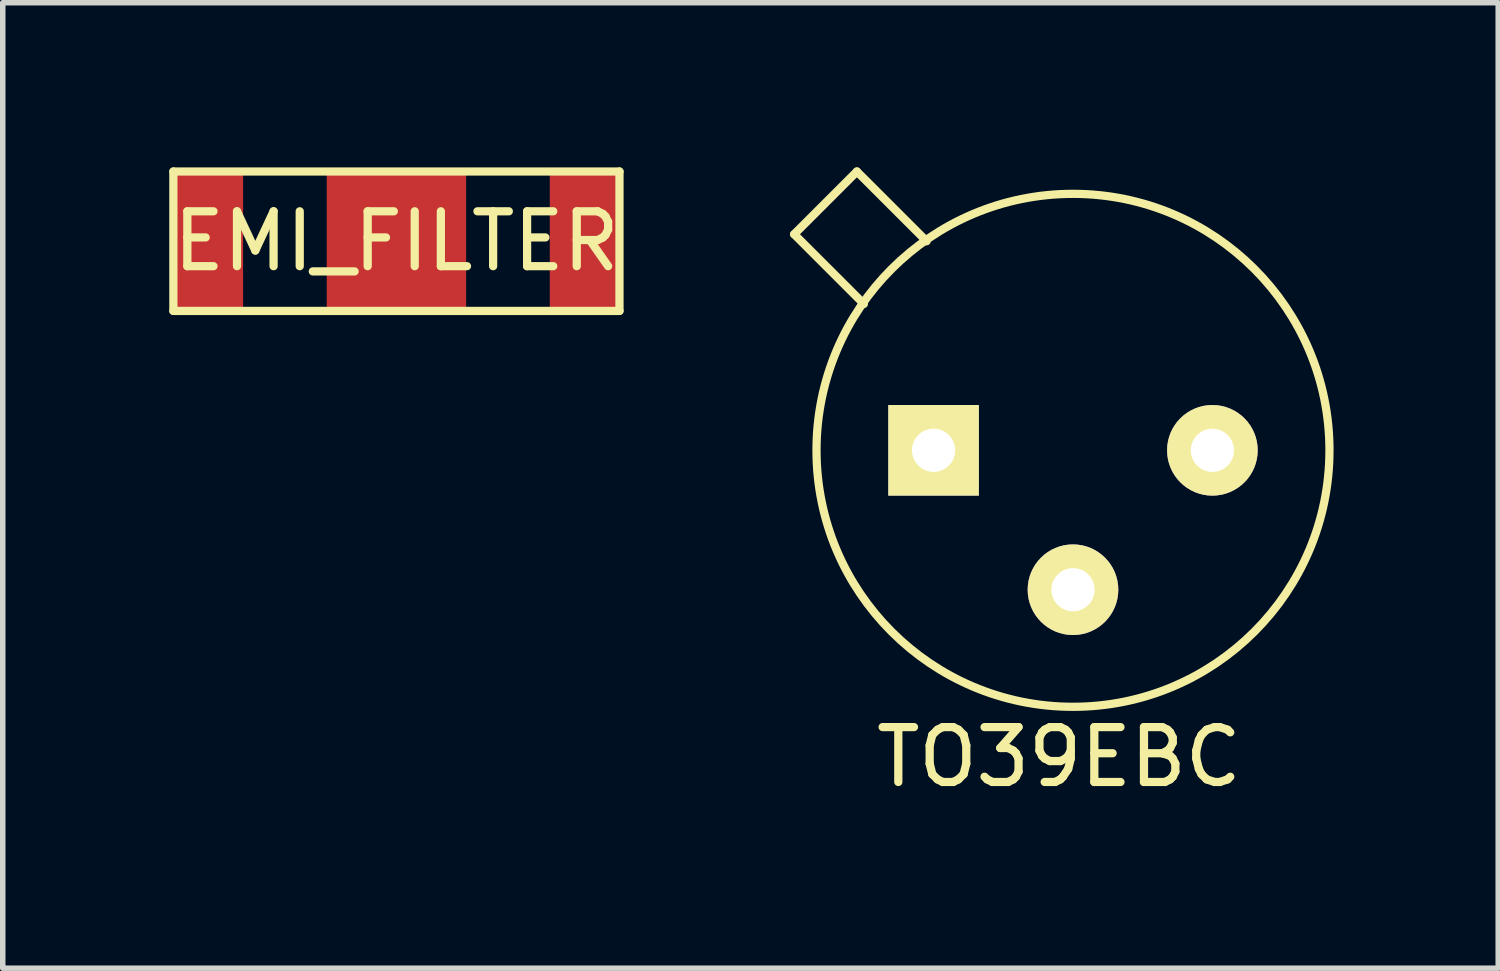
<source format=kicad_pcb>
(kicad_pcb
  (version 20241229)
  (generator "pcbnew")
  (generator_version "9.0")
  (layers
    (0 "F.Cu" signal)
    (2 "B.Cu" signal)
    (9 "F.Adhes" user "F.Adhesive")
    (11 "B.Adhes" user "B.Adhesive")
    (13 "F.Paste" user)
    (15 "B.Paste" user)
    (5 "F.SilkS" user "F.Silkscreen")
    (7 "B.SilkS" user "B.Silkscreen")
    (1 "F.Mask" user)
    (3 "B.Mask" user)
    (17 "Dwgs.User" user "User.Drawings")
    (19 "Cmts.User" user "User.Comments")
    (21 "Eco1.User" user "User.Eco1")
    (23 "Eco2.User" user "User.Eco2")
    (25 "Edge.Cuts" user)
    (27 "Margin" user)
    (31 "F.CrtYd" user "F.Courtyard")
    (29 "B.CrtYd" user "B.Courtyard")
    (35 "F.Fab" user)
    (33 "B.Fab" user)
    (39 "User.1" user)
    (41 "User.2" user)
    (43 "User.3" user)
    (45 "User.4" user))
  (footprint "EMI_FILTER"
    (layer "F.Cu")
    (at 4.173 1.345)
    (property "Reference" "EMI_FILTER" (at 0 0 0) (layer "F.SilkS") (effects (font (size 1 1) (thickness 0.15))))
    (attr through_hole)
    (fp_line (start -4.064 -1.27) (end 4.064 -1.27) (stroke (width 0.15) (type solid)) (layer "F.SilkS"))
    (fp_line (start -4.064 1.27) (end -4.064 -1.27) (stroke (width 0.15) (type solid)) (layer "F.SilkS"))
    (fp_line (start 4.064 1.27) (end -4.064 1.27) (stroke (width 0.15) (type solid)) (layer "F.SilkS"))
    (fp_line (start 4.064 1.27) (end 4.064 -1.27) (stroke (width 0.15) (type solid)) (layer "F.SilkS"))
    (pad "GND" smd rect (at 0 0) (size 2.54 2.54) (layers "F.Cu" "F.Mask" "F.Paste"))
    (pad "VI" smd rect (at -3.429 0) (size 1.27 2.54) (layers "F.Cu" "F.Mask" "F.Paste"))
    (pad "VO" smd rect (at 3.429 0) (size 1.27 2.54) (layers "F.Cu" "F.Mask" "F.Paste")))
  (footprint "TO39EBC"
    (layer "F.Cu")
    (at 16.5 5.155)
    (property "Reference" "TO39EBC" (at -0.254 5.588 0) (layer "F.SilkS") (effects (font (size 1 1) (thickness 0.15))))
    (attr through_hole)
    (fp_line (start -3.937 -5.08) (end -5.08 -3.937) (stroke (width 0.15) (type solid)) (layer "F.SilkS"))
    (fp_line (start -3.81 -2.667) (end -5.08 -3.937) (stroke (width 0.15) (type solid)) (layer "F.SilkS"))
    (fp_line (start -2.667 -3.81) (end -3.937 -5.08) (stroke (width 0.15) (type solid)) (layer "F.SilkS"))
    (fp_circle (center 0 0) (end 3.175 3.429) (stroke (width 0.15) (type solid)) (fill no) (layer "F.SilkS"))
    (pad "1" thru_hole rect (at -2.54 0) (size 1.651 1.651) (drill 0.787) (layers "*.Cu" "*.Mask" "F.SilkS"))
    (pad "2" thru_hole circle (at 0 2.54) (size 1.651 1.651) (drill 0.787) (layers "*.Cu" "*.Mask" "F.SilkS"))
    (pad "3" thru_hole circle (at 2.54 0) (size 1.651 1.651) (drill 0.787) (layers "*.Cu" "*.Mask" "F.SilkS")))
  (gr_rect
    (start -3 -3)
    (end 24.248 14.591)
    (stroke (width 0.1) (type default))
    (fill no)
    (layer "Edge.Cuts")))
</source>
